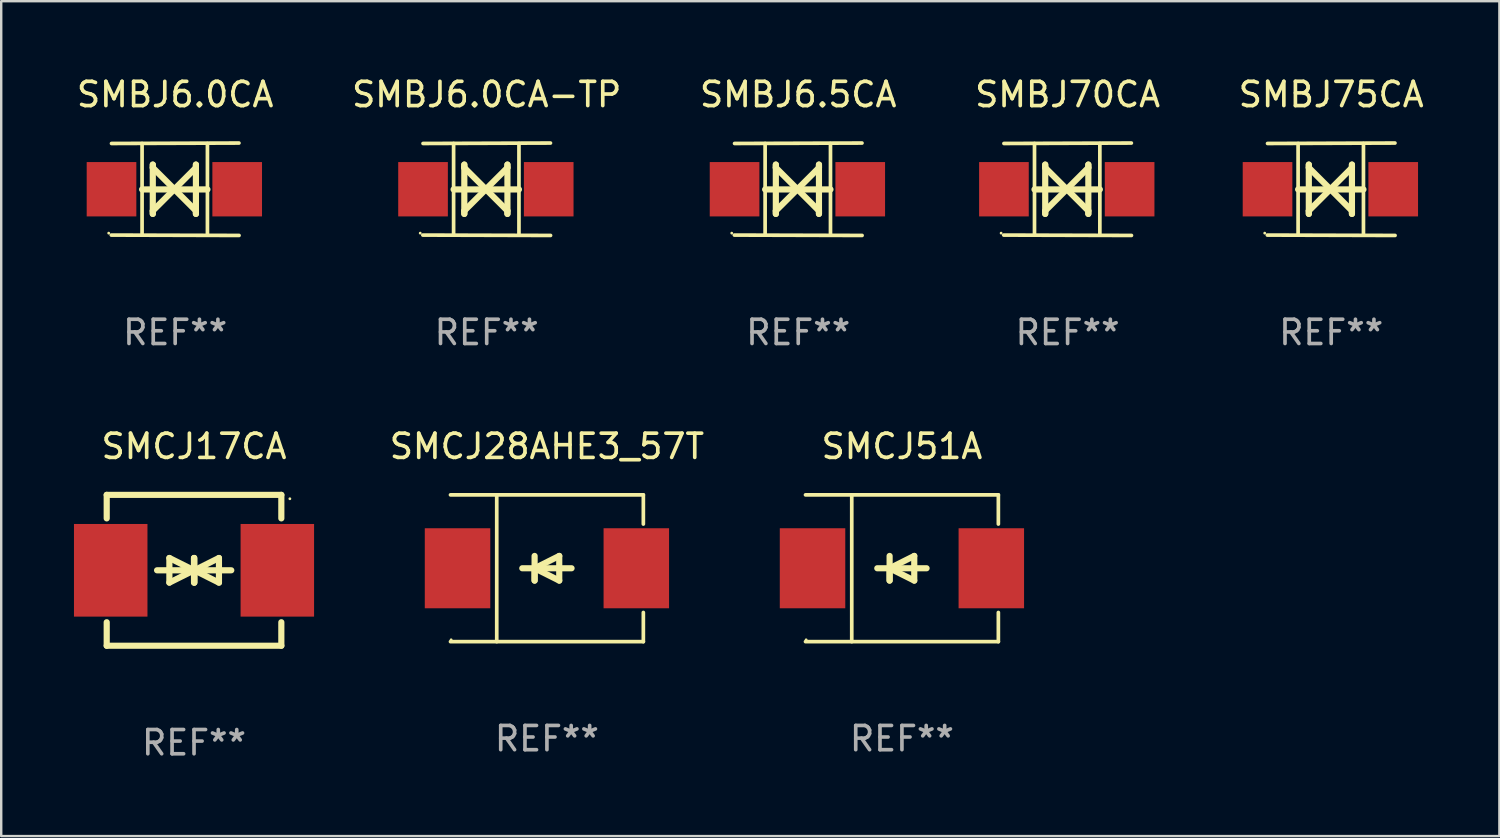
<source format=kicad_pcb>
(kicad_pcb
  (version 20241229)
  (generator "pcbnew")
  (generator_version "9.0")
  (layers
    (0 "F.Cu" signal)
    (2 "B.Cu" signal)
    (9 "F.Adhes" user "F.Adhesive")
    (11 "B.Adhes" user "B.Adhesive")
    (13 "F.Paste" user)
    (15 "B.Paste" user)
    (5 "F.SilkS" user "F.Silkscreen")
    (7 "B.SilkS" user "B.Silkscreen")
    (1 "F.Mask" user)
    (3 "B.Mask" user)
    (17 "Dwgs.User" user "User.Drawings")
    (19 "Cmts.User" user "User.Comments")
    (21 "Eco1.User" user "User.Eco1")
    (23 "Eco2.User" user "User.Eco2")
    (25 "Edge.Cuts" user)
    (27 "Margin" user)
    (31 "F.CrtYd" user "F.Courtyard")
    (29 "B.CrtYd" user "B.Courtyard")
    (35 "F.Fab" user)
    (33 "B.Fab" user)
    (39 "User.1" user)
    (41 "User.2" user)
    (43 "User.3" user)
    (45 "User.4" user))
  (footprint "SMBJ75CA"
    (layer "F.Cu")
    (at 51.839 4.753)
    (property "Reference" "SMBJ75CA" (at 0 -3.905 0) (layer "F.SilkS") (effects (font (size 1 1) (thickness 0.15))))
    (attr through_hole)
    (fp_line (start -1.365 1.886) (end -1.365 -1.886) (stroke (width 0.152) (type solid)) (layer "F.SilkS"))
    (fp_line (start -1.365 0.008) (end 1.33 0.008) (stroke (width 0.254) (type solid)) (layer "F.SilkS"))
    (fp_line (start -0.923 -1.016) (end -0.923 1.016) (stroke (width 0.254) (type solid)) (layer "F.SilkS"))
    (fp_line (start -0.923 -0.889) (end -0.923 -1.016) (stroke (width 0.254) (type solid)) (layer "F.SilkS"))
    (fp_line (start -0.923 0.889) (end -0.034 0) (stroke (width 0.254) (type solid)) (layer "F.SilkS"))
    (fp_line (start -0.923 1.016) (end -0.923 0.889) (stroke (width 0.254) (type solid)) (layer "F.SilkS"))
    (fp_line (start -0.034 0) (end -0.923 -0.889) (stroke (width 0.254) (type solid)) (layer "F.SilkS"))
    (fp_line (start -0.034 0) (end 0.855 0.889) (stroke (width 0.254) (type solid)) (layer "F.SilkS"))
    (fp_line (start 0.855 -1.016) (end 0.855 -0.889) (stroke (width 0.254) (type solid)) (layer "F.SilkS"))
    (fp_line (start 0.855 -0.889) (end -0.034 0) (stroke (width 0.254) (type solid)) (layer "F.SilkS"))
    (fp_line (start 0.855 0.889) (end 0.855 1.016) (stroke (width 0.254) (type solid)) (layer "F.SilkS"))
    (fp_line (start 0.855 1.016) (end 0.855 -1.016) (stroke (width 0.254) (type solid)) (layer "F.SilkS"))
    (fp_line (start 1.33 1.886) (end 1.33 -1.886) (stroke (width 0.152) (type solid)) (layer "F.SilkS"))
    (fp_line (start 2.629 -1.905) (end -2.625 -1.887) (stroke (width 0.152) (type solid)) (layer "F.SilkS"))
    (fp_line (start 2.633 1.905) (end -2.633 1.89) (stroke (width 0.152) (type solid)) (layer "F.SilkS"))
    (fp_circle (center -2.741 1.81) (end -2.711 1.81) (stroke (width 0.06) (type solid)) (fill no) (layer "F.SilkS"))
    (fp_text user "REF**" (at 0 5.905 0) (layer "F.Fab") (effects (font (size 1 1) (thickness 0.15))))
    (pad "1" smd rect (at -2.625 0) (size 2.047 2.241) (layers "F.Cu" "F.Mask" "F.Paste"))
    (pad "2" smd rect (at 2.557 0) (size 2.047 2.241) (layers "F.Cu" "F.Mask" "F.Paste")))
  (footprint "SMCJ51A"
    (layer "F.Cu")
    (at 34.139 20.381)
    (property "Reference" "SMCJ51A" (at 0 -5.026 0) (layer "F.SilkS") (effects (font (size 1 1) (thickness 0.15))))
    (attr through_hole)
    (fp_line (start -3.976 -3.026) (end 3.976 -3.026) (stroke (width 0.152) (type solid)) (layer "F.SilkS"))
    (fp_line (start -3.976 3.026) (end 3.976 3.026) (stroke (width 0.152) (type solid)) (layer "F.SilkS"))
    (fp_line (start -2.069 -3.026) (end -2.069 3.026) (stroke (width 0.152) (type solid)) (layer "F.SilkS"))
    (fp_line (start -0.508 0) (end -0.508 0.508) (stroke (width 0.254) (type solid)) (layer "F.SilkS"))
    (fp_line (start -0.508 0) (end 0.508 0.508) (stroke (width 0.254) (type solid)) (layer "F.SilkS"))
    (fp_line (start -0.508 0.508) (end -0.508 -0.508) (stroke (width 0.254) (type solid)) (layer "F.SilkS"))
    (fp_line (start 0.508 -0.508) (end -0.508 0) (stroke (width 0.254) (type solid)) (layer "F.SilkS"))
    (fp_line (start 0.508 0.508) (end 0.508 -0.508) (stroke (width 0.254) (type solid)) (layer "F.SilkS"))
    (fp_line (start 1.016 0) (end -1.016 0) (stroke (width 0.254) (type solid)) (layer "F.SilkS"))
    (fp_line (start 3.976 -3.026) (end 3.976 -1.823) (stroke (width 0.152) (type solid)) (layer "F.SilkS"))
    (fp_line (start 3.976 3.026) (end 3.976 1.823) (stroke (width 0.152) (type solid)) (layer "F.SilkS"))
    (fp_circle (center -3.95 2.95) (end -3.92 2.95) (stroke (width 0.06) (type solid)) (fill no) (layer "F.SilkS"))
    (fp_text user "REF**" (at 0 7.026 0) (layer "F.Fab") (effects (font (size 1 1) (thickness 0.15))))
    (pad "1" smd rect (at -3.686 0) (size 2.7 3.3) (layers "F.Cu" "F.Mask" "F.Paste"))
    (pad "2" smd rect (at 3.686 0) (size 2.7 3.3) (layers "F.Cu" "F.Mask" "F.Paste")))
  (footprint "SMBJ6.0CA-TP"
    (layer "F.Cu")
    (at 17.018 4.753)
    (property "Reference" "SMBJ6.0CA-TP" (at 0 -3.905 0) (layer "F.SilkS") (effects (font (size 1 1) (thickness 0.15))))
    (attr through_hole)
    (fp_line (start -1.365 1.886) (end -1.365 -1.886) (stroke (width 0.152) (type solid)) (layer "F.SilkS"))
    (fp_line (start -1.365 0.008) (end 1.33 0.008) (stroke (width 0.254) (type solid)) (layer "F.SilkS"))
    (fp_line (start -0.923 -1.016) (end -0.923 1.016) (stroke (width 0.254) (type solid)) (layer "F.SilkS"))
    (fp_line (start -0.923 -0.889) (end -0.923 -1.016) (stroke (width 0.254) (type solid)) (layer "F.SilkS"))
    (fp_line (start -0.923 0.889) (end -0.034 0) (stroke (width 0.254) (type solid)) (layer "F.SilkS"))
    (fp_line (start -0.923 1.016) (end -0.923 0.889) (stroke (width 0.254) (type solid)) (layer "F.SilkS"))
    (fp_line (start -0.034 0) (end -0.923 -0.889) (stroke (width 0.254) (type solid)) (layer "F.SilkS"))
    (fp_line (start -0.034 0) (end 0.855 0.889) (stroke (width 0.254) (type solid)) (layer "F.SilkS"))
    (fp_line (start 0.855 -1.016) (end 0.855 -0.889) (stroke (width 0.254) (type solid)) (layer "F.SilkS"))
    (fp_line (start 0.855 -0.889) (end -0.034 0) (stroke (width 0.254) (type solid)) (layer "F.SilkS"))
    (fp_line (start 0.855 0.889) (end 0.855 1.016) (stroke (width 0.254) (type solid)) (layer "F.SilkS"))
    (fp_line (start 0.855 1.016) (end 0.855 -1.016) (stroke (width 0.254) (type solid)) (layer "F.SilkS"))
    (fp_line (start 1.33 1.886) (end 1.33 -1.886) (stroke (width 0.152) (type solid)) (layer "F.SilkS"))
    (fp_line (start 2.629 -1.905) (end -2.625 -1.887) (stroke (width 0.152) (type solid)) (layer "F.SilkS"))
    (fp_line (start 2.633 1.905) (end -2.633 1.89) (stroke (width 0.152) (type solid)) (layer "F.SilkS"))
    (fp_circle (center -2.741 1.81) (end -2.711 1.81) (stroke (width 0.06) (type solid)) (fill no) (layer "F.SilkS"))
    (fp_text user "REF**" (at 0 5.905 0) (layer "F.Fab") (effects (font (size 1 1) (thickness 0.15))))
    (pad "1" smd rect (at -2.625 0) (size 2.047 2.241) (layers "F.Cu" "F.Mask" "F.Paste"))
    (pad "2" smd rect (at 2.557 0) (size 2.047 2.241) (layers "F.Cu" "F.Mask" "F.Paste")))
  (footprint "SMBJ6.5CA"
    (layer "F.Cu")
    (at 29.863 4.753)
    (property "Reference" "SMBJ6.5CA" (at 0 -3.905 0) (layer "F.SilkS") (effects (font (size 1 1) (thickness 0.15))))
    (attr through_hole)
    (fp_line (start -1.365 1.886) (end -1.365 -1.886) (stroke (width 0.152) (type solid)) (layer "F.SilkS"))
    (fp_line (start -1.365 0.008) (end 1.33 0.008) (stroke (width 0.254) (type solid)) (layer "F.SilkS"))
    (fp_line (start -0.923 -1.016) (end -0.923 1.016) (stroke (width 0.254) (type solid)) (layer "F.SilkS"))
    (fp_line (start -0.923 -0.889) (end -0.923 -1.016) (stroke (width 0.254) (type solid)) (layer "F.SilkS"))
    (fp_line (start -0.923 0.889) (end -0.034 0) (stroke (width 0.254) (type solid)) (layer "F.SilkS"))
    (fp_line (start -0.923 1.016) (end -0.923 0.889) (stroke (width 0.254) (type solid)) (layer "F.SilkS"))
    (fp_line (start -0.034 0) (end -0.923 -0.889) (stroke (width 0.254) (type solid)) (layer "F.SilkS"))
    (fp_line (start -0.034 0) (end 0.855 0.889) (stroke (width 0.254) (type solid)) (layer "F.SilkS"))
    (fp_line (start 0.855 -1.016) (end 0.855 -0.889) (stroke (width 0.254) (type solid)) (layer "F.SilkS"))
    (fp_line (start 0.855 -0.889) (end -0.034 0) (stroke (width 0.254) (type solid)) (layer "F.SilkS"))
    (fp_line (start 0.855 0.889) (end 0.855 1.016) (stroke (width 0.254) (type solid)) (layer "F.SilkS"))
    (fp_line (start 0.855 1.016) (end 0.855 -1.016) (stroke (width 0.254) (type solid)) (layer "F.SilkS"))
    (fp_line (start 1.33 1.886) (end 1.33 -1.886) (stroke (width 0.152) (type solid)) (layer "F.SilkS"))
    (fp_line (start 2.629 -1.905) (end -2.625 -1.887) (stroke (width 0.152) (type solid)) (layer "F.SilkS"))
    (fp_line (start 2.633 1.905) (end -2.633 1.89) (stroke (width 0.152) (type solid)) (layer "F.SilkS"))
    (fp_circle (center -2.741 1.81) (end -2.711 1.81) (stroke (width 0.06) (type solid)) (fill no) (layer "F.SilkS"))
    (fp_text user "REF**" (at 0 5.905 0) (layer "F.Fab") (effects (font (size 1 1) (thickness 0.15))))
    (pad "1" smd rect (at -2.625 0) (size 2.047 2.241) (layers "F.Cu" "F.Mask" "F.Paste"))
    (pad "2" smd rect (at 2.557 0) (size 2.047 2.241) (layers "F.Cu" "F.Mask" "F.Paste")))
  (footprint "SMBJ70CA"
    (layer "F.Cu")
    (at 40.97 4.753)
    (property "Reference" "SMBJ70CA" (at 0 -3.905 0) (layer "F.SilkS") (effects (font (size 1 1) (thickness 0.15))))
    (attr through_hole)
    (fp_line (start -1.365 1.886) (end -1.365 -1.886) (stroke (width 0.152) (type solid)) (layer "F.SilkS"))
    (fp_line (start -1.365 0.008) (end 1.33 0.008) (stroke (width 0.254) (type solid)) (layer "F.SilkS"))
    (fp_line (start -0.923 -1.016) (end -0.923 1.016) (stroke (width 0.254) (type solid)) (layer "F.SilkS"))
    (fp_line (start -0.923 -0.889) (end -0.923 -1.016) (stroke (width 0.254) (type solid)) (layer "F.SilkS"))
    (fp_line (start -0.923 0.889) (end -0.034 0) (stroke (width 0.254) (type solid)) (layer "F.SilkS"))
    (fp_line (start -0.923 1.016) (end -0.923 0.889) (stroke (width 0.254) (type solid)) (layer "F.SilkS"))
    (fp_line (start -0.034 0) (end -0.923 -0.889) (stroke (width 0.254) (type solid)) (layer "F.SilkS"))
    (fp_line (start -0.034 0) (end 0.855 0.889) (stroke (width 0.254) (type solid)) (layer "F.SilkS"))
    (fp_line (start 0.855 -1.016) (end 0.855 -0.889) (stroke (width 0.254) (type solid)) (layer "F.SilkS"))
    (fp_line (start 0.855 -0.889) (end -0.034 0) (stroke (width 0.254) (type solid)) (layer "F.SilkS"))
    (fp_line (start 0.855 0.889) (end 0.855 1.016) (stroke (width 0.254) (type solid)) (layer "F.SilkS"))
    (fp_line (start 0.855 1.016) (end 0.855 -1.016) (stroke (width 0.254) (type solid)) (layer "F.SilkS"))
    (fp_line (start 1.33 1.886) (end 1.33 -1.886) (stroke (width 0.152) (type solid)) (layer "F.SilkS"))
    (fp_line (start 2.629 -1.905) (end -2.625 -1.887) (stroke (width 0.152) (type solid)) (layer "F.SilkS"))
    (fp_line (start 2.633 1.905) (end -2.633 1.89) (stroke (width 0.152) (type solid)) (layer "F.SilkS"))
    (fp_circle (center -2.741 1.81) (end -2.711 1.81) (stroke (width 0.06) (type solid)) (fill no) (layer "F.SilkS"))
    (fp_text user "REF**" (at 0 5.905 0) (layer "F.Fab") (effects (font (size 1 1) (thickness 0.15))))
    (pad "1" smd rect (at -2.625 0) (size 2.047 2.241) (layers "F.Cu" "F.Mask" "F.Paste"))
    (pad "2" smd rect (at 2.557 0) (size 2.047 2.241) (layers "F.Cu" "F.Mask" "F.Paste")))
  (footprint "SMCJ28AHE3_57T"
    (layer "F.Cu")
    (at 19.501 20.381)
    (property "Reference" "SMCJ28AHE3_57T" (at 0 -5.026 0) (layer "F.SilkS") (effects (font (size 1 1) (thickness 0.15))))
    (attr through_hole)
    (fp_line (start -3.976 -3.026) (end 3.976 -3.026) (stroke (width 0.152) (type solid)) (layer "F.SilkS"))
    (fp_line (start -3.976 3.026) (end 3.976 3.026) (stroke (width 0.152) (type solid)) (layer "F.SilkS"))
    (fp_line (start -2.069 -3.026) (end -2.069 3.026) (stroke (width 0.152) (type solid)) (layer "F.SilkS"))
    (fp_line (start -0.508 0) (end -0.508 0.508) (stroke (width 0.254) (type solid)) (layer "F.SilkS"))
    (fp_line (start -0.508 0) (end 0.508 0.508) (stroke (width 0.254) (type solid)) (layer "F.SilkS"))
    (fp_line (start -0.508 0.508) (end -0.508 -0.508) (stroke (width 0.254) (type solid)) (layer "F.SilkS"))
    (fp_line (start 0.508 -0.508) (end -0.508 0) (stroke (width 0.254) (type solid)) (layer "F.SilkS"))
    (fp_line (start 0.508 0.508) (end 0.508 -0.508) (stroke (width 0.254) (type solid)) (layer "F.SilkS"))
    (fp_line (start 1.016 0) (end -1.016 0) (stroke (width 0.254) (type solid)) (layer "F.SilkS"))
    (fp_line (start 3.976 -3.026) (end 3.976 -1.823) (stroke (width 0.152) (type solid)) (layer "F.SilkS"))
    (fp_line (start 3.976 3.026) (end 3.976 1.823) (stroke (width 0.152) (type solid)) (layer "F.SilkS"))
    (fp_circle (center -3.95 2.95) (end -3.92 2.95) (stroke (width 0.06) (type solid)) (fill no) (layer "F.SilkS"))
    (fp_text user "REF**" (at 0 7.026 0) (layer "F.Fab") (effects (font (size 1 1) (thickness 0.15))))
    (pad "1" smd rect (at -3.686 0) (size 2.7 3.3) (layers "F.Cu" "F.Mask" "F.Paste"))
    (pad "2" smd rect (at 3.686 0) (size 2.7 3.3) (layers "F.Cu" "F.Mask" "F.Paste")))
  (footprint "SMBJ6.0CA"
    (layer "F.Cu")
    (at 4.173 4.753)
    (property "Reference" "SMBJ6.0CA" (at 0 -3.905 0) (layer "F.SilkS") (effects (font (size 1 1) (thickness 0.15))))
    (attr through_hole)
    (fp_line (start -1.365 1.886) (end -1.365 -1.886) (stroke (width 0.152) (type solid)) (layer "F.SilkS"))
    (fp_line (start -1.365 0.008) (end 1.33 0.008) (stroke (width 0.254) (type solid)) (layer "F.SilkS"))
    (fp_line (start -0.923 -1.016) (end -0.923 1.016) (stroke (width 0.254) (type solid)) (layer "F.SilkS"))
    (fp_line (start -0.923 -0.889) (end -0.923 -1.016) (stroke (width 0.254) (type solid)) (layer "F.SilkS"))
    (fp_line (start -0.923 0.889) (end -0.034 0) (stroke (width 0.254) (type solid)) (layer "F.SilkS"))
    (fp_line (start -0.923 1.016) (end -0.923 0.889) (stroke (width 0.254) (type solid)) (layer "F.SilkS"))
    (fp_line (start -0.034 0) (end -0.923 -0.889) (stroke (width 0.254) (type solid)) (layer "F.SilkS"))
    (fp_line (start -0.034 0) (end 0.855 0.889) (stroke (width 0.254) (type solid)) (layer "F.SilkS"))
    (fp_line (start 0.855 -1.016) (end 0.855 -0.889) (stroke (width 0.254) (type solid)) (layer "F.SilkS"))
    (fp_line (start 0.855 -0.889) (end -0.034 0) (stroke (width 0.254) (type solid)) (layer "F.SilkS"))
    (fp_line (start 0.855 0.889) (end 0.855 1.016) (stroke (width 0.254) (type solid)) (layer "F.SilkS"))
    (fp_line (start 0.855 1.016) (end 0.855 -1.016) (stroke (width 0.254) (type solid)) (layer "F.SilkS"))
    (fp_line (start 1.33 1.886) (end 1.33 -1.886) (stroke (width 0.152) (type solid)) (layer "F.SilkS"))
    (fp_line (start 2.629 -1.905) (end -2.625 -1.887) (stroke (width 0.152) (type solid)) (layer "F.SilkS"))
    (fp_line (start 2.633 1.905) (end -2.633 1.89) (stroke (width 0.152) (type solid)) (layer "F.SilkS"))
    (fp_circle (center -2.741 1.81) (end -2.711 1.81) (stroke (width 0.06) (type solid)) (fill no) (layer "F.SilkS"))
    (fp_text user "REF**" (at 0 5.905 0) (layer "F.Fab") (effects (font (size 1 1) (thickness 0.15))))
    (pad "1" smd rect (at -2.625 0) (size 2.047 2.241) (layers "F.Cu" "F.Mask" "F.Paste"))
    (pad "2" smd rect (at 2.557 0) (size 2.047 2.241) (layers "F.Cu" "F.Mask" "F.Paste")))
  (footprint "SMCJ17CA"
    (layer "F.Cu")
    (at 4.95 20.465)
    (property "Reference" "SMCJ17CA" (at 0 -5.11 0) (layer "F.SilkS") (effects (font (size 1 1) (thickness 0.15))))
    (attr through_hole)
    (fp_line (start -3.6 -2.141) (end -3.6 -3.11) (stroke (width 0.254) (type solid)) (layer "F.SilkS"))
    (fp_line (start -3.6 3.11) (end -3.6 2.141) (stroke (width 0.254) (type solid)) (layer "F.SilkS"))
    (fp_line (start -1.524 0) (end 0.508 0) (stroke (width 0.254) (type solid)) (layer "F.SilkS"))
    (fp_line (start -1.016 -0.508) (end -1.016 0.508) (stroke (width 0.254) (type solid)) (layer "F.SilkS"))
    (fp_line (start -1.016 0.508) (end 0 0) (stroke (width 0.254) (type solid)) (layer "F.SilkS"))
    (fp_line (start 0 -0.508) (end 0 0.508) (stroke (width 0.254) (type solid)) (layer "F.SilkS"))
    (fp_line (start 0 0) (end -1.016 -0.508) (stroke (width 0.254) (type solid)) (layer "F.SilkS"))
    (fp_line (start 0 0) (end 0 -0.508) (stroke (width 0.254) (type solid)) (layer "F.SilkS"))
    (fp_line (start 0.012 0) (end 0.012 0.508) (stroke (width 0.254) (type solid)) (layer "F.SilkS"))
    (fp_line (start 0.012 0) (end 1.028 0.508) (stroke (width 0.254) (type solid)) (layer "F.SilkS"))
    (fp_line (start 0.012 0.508) (end 0.012 -0.508) (stroke (width 0.254) (type solid)) (layer "F.SilkS"))
    (fp_line (start 1.028 -0.508) (end 0.012 0) (stroke (width 0.254) (type solid)) (layer "F.SilkS"))
    (fp_line (start 1.028 0.508) (end 1.028 -0.508) (stroke (width 0.254) (type solid)) (layer "F.SilkS"))
    (fp_line (start 1.536 0) (end -0.496 0) (stroke (width 0.254) (type solid)) (layer "F.SilkS"))
    (fp_line (start 3.6 -3.11) (end -3.6 -3.11) (stroke (width 0.254) (type solid)) (layer "F.SilkS"))
    (fp_line (start 3.6 -2.141) (end 3.6 -3.11) (stroke (width 0.254) (type solid)) (layer "F.SilkS"))
    (fp_line (start 3.6 3.11) (end -3.6 3.11) (stroke (width 0.254) (type solid)) (layer "F.SilkS"))
    (fp_line (start 3.6 3.11) (end 3.6 2.141) (stroke (width 0.254) (type solid)) (layer "F.SilkS"))
    (fp_circle (center 3.952 -2.95) (end 3.982 -2.95) (stroke (width 0.06) (type solid)) (fill no) (layer "F.SilkS"))
    (fp_text user "REF**" (at 0 7.11 0) (layer "F.Fab") (effects (font (size 1 1) (thickness 0.15))))
    (pad "1" smd rect (at 3.435 0) (size 3.03 3.82) (layers "F.Cu" "F.Mask" "F.Paste"))
    (pad "2" smd rect (at -3.435 0) (size 3.03 3.82) (layers "F.Cu" "F.Mask" "F.Paste")))
  (gr_rect
    (start -3 -3)
    (end 58.774 31.423)
    (stroke (width 0.1) (type default))
    (fill no)
    (layer "Edge.Cuts")))
</source>
